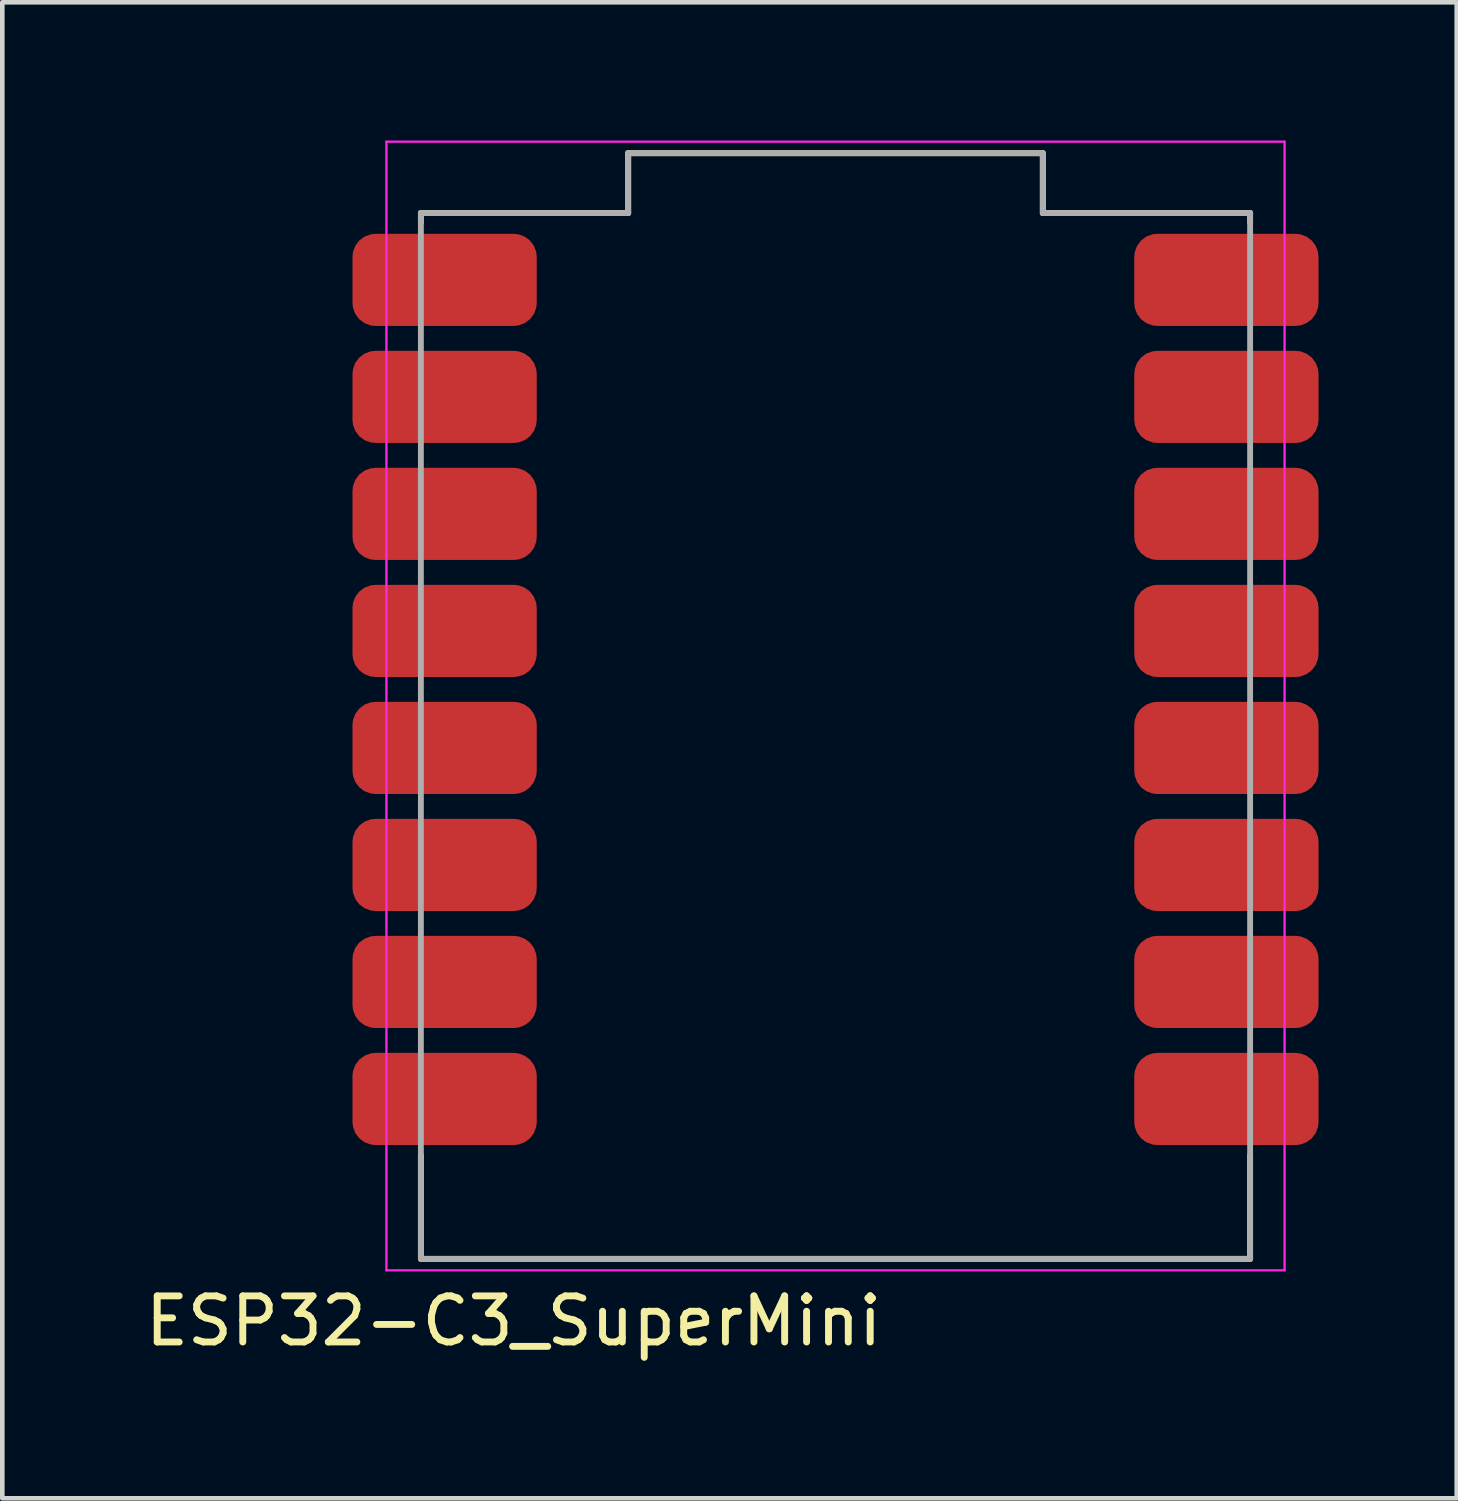
<source format=kicad_pcb>
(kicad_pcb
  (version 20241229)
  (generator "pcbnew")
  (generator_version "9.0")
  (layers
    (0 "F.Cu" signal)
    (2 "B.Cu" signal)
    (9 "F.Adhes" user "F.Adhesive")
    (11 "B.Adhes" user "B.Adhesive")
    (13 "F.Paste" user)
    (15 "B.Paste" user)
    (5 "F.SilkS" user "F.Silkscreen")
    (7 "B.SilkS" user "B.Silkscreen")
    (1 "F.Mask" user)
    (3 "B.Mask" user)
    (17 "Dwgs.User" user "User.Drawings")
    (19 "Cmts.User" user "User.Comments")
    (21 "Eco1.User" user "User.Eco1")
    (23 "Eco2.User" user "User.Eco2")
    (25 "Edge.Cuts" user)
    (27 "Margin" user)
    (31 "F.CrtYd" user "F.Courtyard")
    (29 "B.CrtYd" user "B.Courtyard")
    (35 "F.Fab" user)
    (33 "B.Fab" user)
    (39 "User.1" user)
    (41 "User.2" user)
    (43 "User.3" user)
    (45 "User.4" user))
  (footprint "ESP32-C3_SuperMini"
    (layer "F.Cu")
    (at 15.086 12.925)
    (property "Reference" "ESP32-C3_SuperMini" (at -6.985 12.7 0) (layer "F.SilkS") (effects (font (size 1 1) (thickness 0.15))))
    (attr smd)
    (fp_line (start -9 -11.15) (end -9 -11.35) (stroke (width 0.127) (type solid)) (layer "F.SilkS"))
    (fp_line (start -9 11.35) (end -9 9.1) (stroke (width 0.127) (type solid)) (layer "F.SilkS"))
    (fp_line (start -4.5 -12.65) (end -4.5 -11.35) (stroke (width 0.127) (type solid)) (layer "F.SilkS"))
    (fp_line (start -4.5 -11.35) (end -9 -11.35) (stroke (width 0.127) (type solid)) (layer "F.SilkS"))
    (fp_line (start 4.5 -12.65) (end -4.5 -12.65) (stroke (width 0.127) (type solid)) (layer "F.SilkS"))
    (fp_line (start 4.5 -12.65) (end 4.5 -11.35) (stroke (width 0.127) (type solid)) (layer "F.SilkS"))
    (fp_line (start 9 -11.35) (end 4.5 -11.35) (stroke (width 0.127) (type solid)) (layer "F.SilkS"))
    (fp_line (start 9 -11.15) (end 9 -11.35) (stroke (width 0.127) (type solid)) (layer "F.SilkS"))
    (fp_line (start 9 11.35) (end -9 11.35) (stroke (width 0.127) (type solid)) (layer "F.SilkS"))
    (fp_line (start 9 11.35) (end 9 9.1) (stroke (width 0.127) (type solid)) (layer "F.SilkS"))
    (fp_line (start -9.748 -12.9) (end 9.748 -12.9) (stroke (width 0.05) (type solid)) (layer "F.CrtYd"))
    (fp_line (start -9.748 11.6) (end -9.748 -12.9) (stroke (width 0.05) (type solid)) (layer "F.CrtYd"))
    (fp_line (start 9.748 -12.9) (end 9.748 11.6) (stroke (width 0.05) (type solid)) (layer "F.CrtYd"))
    (fp_line (start 9.748 11.6) (end -9.748 11.6) (stroke (width 0.05) (type solid)) (layer "F.CrtYd"))
    (fp_line (start -9 11.35) (end -9 -11.35) (stroke (width 0.127) (type solid)) (layer "F.Fab"))
    (fp_line (start -4.5 -12.65) (end -4.5 -11.35) (stroke (width 0.127) (type solid)) (layer "F.Fab"))
    (fp_line (start -4.5 -11.35) (end -9 -11.35) (stroke (width 0.127) (type solid)) (layer "F.Fab"))
    (fp_line (start 4.5 -12.65) (end -4.5 -12.65) (stroke (width 0.127) (type solid)) (layer "F.Fab"))
    (fp_line (start 4.5 -12.65) (end 4.5 -11.35) (stroke (width 0.127) (type solid)) (layer "F.Fab"))
    (fp_line (start 9 -11.35) (end 4.5 -11.35) (stroke (width 0.127) (type solid)) (layer "F.Fab"))
    (fp_line (start 9 11.35) (end -9 11.35) (stroke (width 0.127) (type solid)) (layer "F.Fab"))
    (fp_line (start 9 11.35) (end 9 -11.35) (stroke (width 0.127) (type solid)) (layer "F.Fab"))
    (pad "0" smd roundrect (at 8.485 7.88) (size 4 2) (layers "F.Cu" "F.Mask" "F.Paste") (roundrect_rratio 0.25))
    (pad "1" smd roundrect (at 8.485 5.34) (size 4 2) (layers "F.Cu" "F.Mask" "F.Paste") (roundrect_rratio 0.25))
    (pad "2" smd roundrect (at 8.485 2.8) (size 4 2) (layers "F.Cu" "F.Mask" "F.Paste") (roundrect_rratio 0.25))
    (pad "3" smd roundrect (at 8.485 0.26) (size 4 2) (layers "F.Cu" "F.Mask" "F.Paste") (roundrect_rratio 0.25))
    (pad "3.3" smd roundrect (at 8.485 -4.82) (size 4 2) (layers "F.Cu" "F.Mask" "F.Paste") (roundrect_rratio 0.25))
    (pad "4" smd roundrect (at 8.485 -2.28) (size 4 2) (layers "F.Cu" "F.Mask" "F.Paste") (roundrect_rratio 0.25))
    (pad "5" smd roundrect (at -8.485 -9.9) (size 4 2) (layers "F.Cu" "F.Mask" "F.Paste") (roundrect_rratio 0.25))
    (pad "5V" smd roundrect (at 8.485 -9.9) (size 4 2) (layers "F.Cu" "F.Mask" "F.Paste") (roundrect_rratio 0.25))
    (pad "6" smd roundrect (at -8.485 -7.36) (size 4 2) (layers "F.Cu" "F.Mask" "F.Paste") (roundrect_rratio 0.25))
    (pad "7" smd roundrect (at -8.485 -4.82) (size 4 2) (layers "F.Cu" "F.Mask" "F.Paste") (roundrect_rratio 0.25))
    (pad "8" smd roundrect (at -8.485 -2.28) (size 4 2) (layers "F.Cu" "F.Mask" "F.Paste") (roundrect_rratio 0.25))
    (pad "9" smd roundrect (at -8.485 0.26) (size 4 2) (layers "F.Cu" "F.Mask" "F.Paste") (roundrect_rratio 0.25))
    (pad "10" smd roundrect (at -8.485 2.8) (size 4 2) (layers "F.Cu" "F.Mask" "F.Paste") (roundrect_rratio 0.25))
    (pad "20" smd roundrect (at -8.485 5.34) (size 4 2) (layers "F.Cu" "F.Mask" "F.Paste") (roundrect_rratio 0.25))
    (pad "21" smd roundrect (at -8.485 7.88) (size 4 2) (layers "F.Cu" "F.Mask" "F.Paste") (roundrect_rratio 0.25))
    (pad "G" smd roundrect (at 8.485 -7.36) (size 4 2) (layers "F.Cu" "F.Mask" "F.Paste") (roundrect_rratio 0.25))
    (zone (net_name "") (layer "F.Cu") (hatch full 0.5) (connect_pads) (min_thickness 0.25) (filled_areas_thickness no) (keepout (tracks allowed) (vias not_allowed) (pads not_allowed) (copperpour not_allowed) (footprints allowed)) (placement (enabled no)) (fill) (polygon (pts (xy 6.196 21.815) (xy 6.196 25.625) (xy 23.976 25.625) (xy 23.976 21.815)))))
  (gr_rect
    (start -3 -3)
    (end 28.571 29.473)
    (stroke (width 0.1) (type default))
    (fill no)
    (layer "Edge.Cuts")))
</source>
